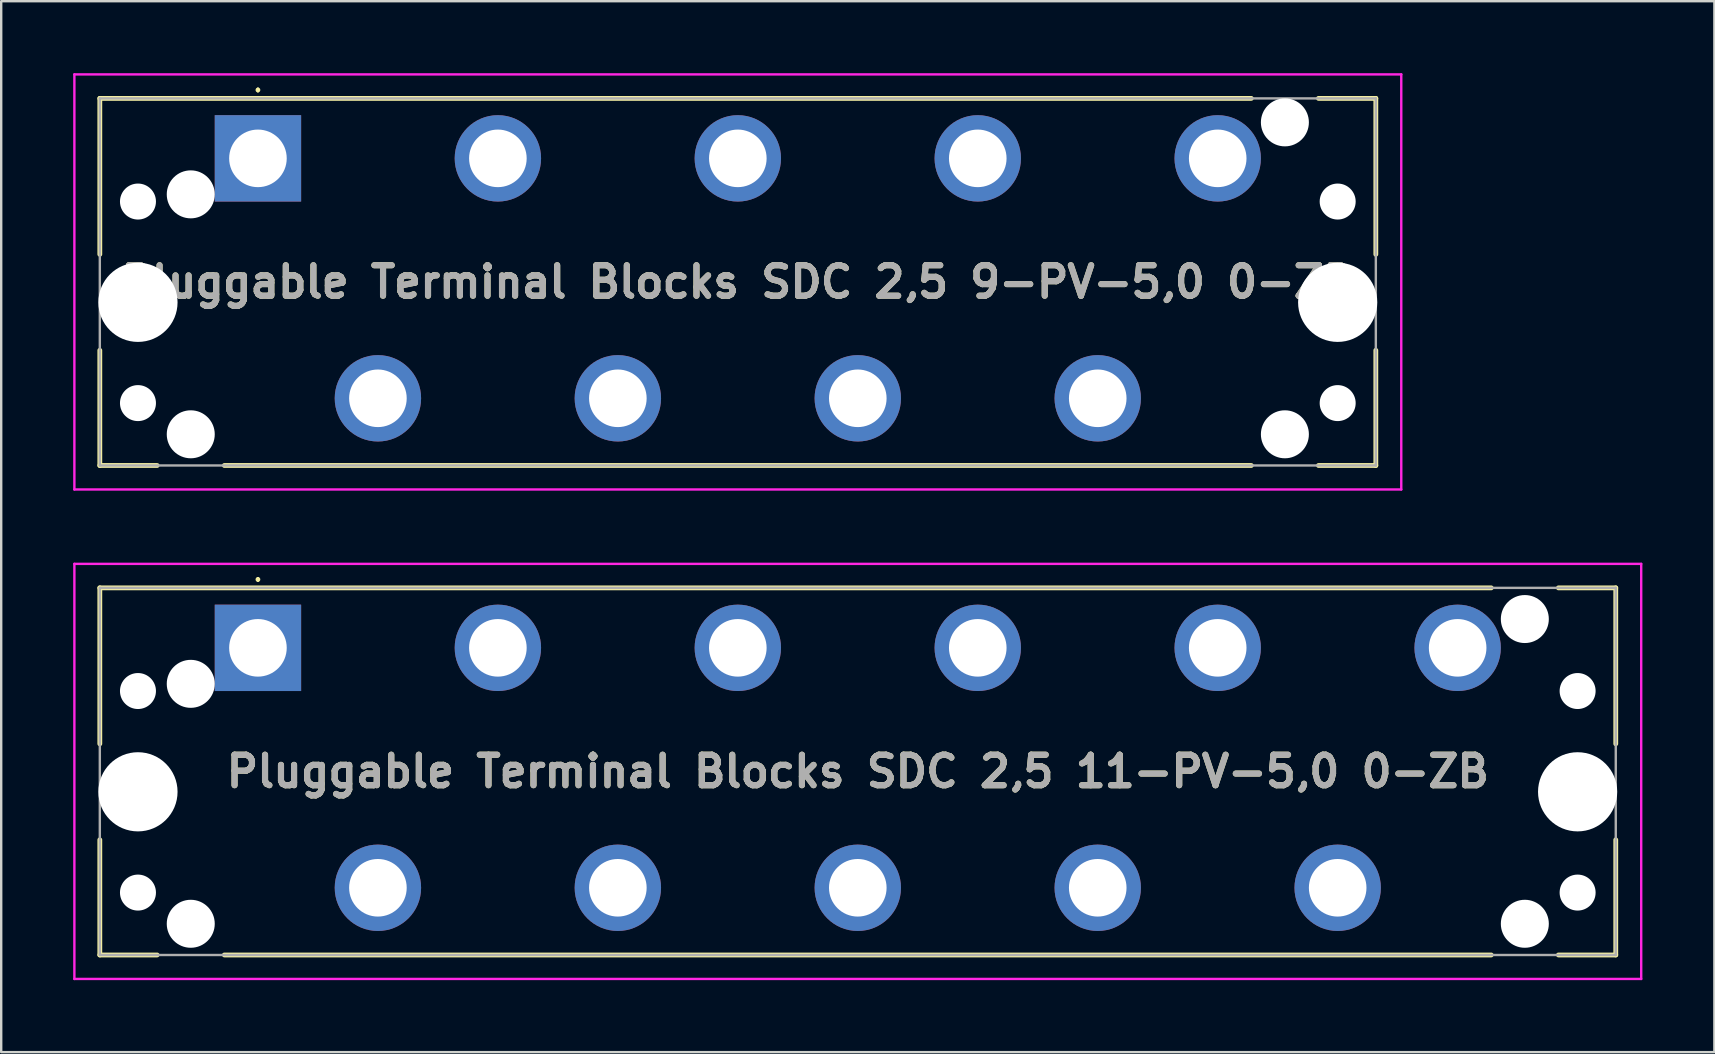
<source format=kicad_pcb>
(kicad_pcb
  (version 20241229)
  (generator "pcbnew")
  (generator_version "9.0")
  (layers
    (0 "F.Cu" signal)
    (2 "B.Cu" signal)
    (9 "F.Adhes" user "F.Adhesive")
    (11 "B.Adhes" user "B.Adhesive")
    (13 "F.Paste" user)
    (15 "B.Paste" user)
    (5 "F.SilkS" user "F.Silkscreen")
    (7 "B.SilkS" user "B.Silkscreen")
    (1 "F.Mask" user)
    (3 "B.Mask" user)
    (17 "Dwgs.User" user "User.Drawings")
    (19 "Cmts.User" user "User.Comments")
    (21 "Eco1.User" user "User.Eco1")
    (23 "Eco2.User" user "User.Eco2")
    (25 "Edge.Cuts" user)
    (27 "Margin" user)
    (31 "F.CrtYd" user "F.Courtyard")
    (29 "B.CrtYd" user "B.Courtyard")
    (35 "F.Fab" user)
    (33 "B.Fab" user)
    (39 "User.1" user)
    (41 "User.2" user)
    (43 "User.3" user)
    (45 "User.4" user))
  (footprint "Pluggable Terminal Blocks SDC 2,5 11-PV-5,0 0-ZB"
    (layer "F.Cu")
    (at 7.7 23.95)
    (property "Reference" "Pluggable Terminal Blocks SDC 2,5 11-PV-5,0 0-ZB" (at 25 5.15 0) (layer "F.SilkS") (effects (font (size 1.27 1.27) (thickness 0.254))))
    (attr through_hole)
    (fp_line (start -6.59 -2.5) (end 51.4 -2.5) (stroke (width 0.2) (type solid)) (layer "F.SilkS"))
    (fp_line (start -6.59 4) (end -6.59 -2.5) (stroke (width 0.2) (type solid)) (layer "F.SilkS"))
    (fp_line (start -6.59 12.8) (end -6.59 8) (stroke (width 0.2) (type solid)) (layer "F.SilkS"))
    (fp_line (start -4.2 12.8) (end -6.59 12.8) (stroke (width 0.2) (type solid)) (layer "F.SilkS"))
    (fp_line (start 0 -2.9) (end 0 -2.9) (stroke (width 0.1) (type solid)) (layer "F.SilkS"))
    (fp_line (start 0 -2.8) (end 0 -2.8) (stroke (width 0.1) (type solid)) (layer "F.SilkS"))
    (fp_line (start 51.4 12.8) (end -1.4 12.8) (stroke (width 0.2) (type solid)) (layer "F.SilkS"))
    (fp_line (start 54.2 -2.5) (end 56.59 -2.5) (stroke (width 0.2) (type solid)) (layer "F.SilkS"))
    (fp_line (start 56.59 -2.5) (end 56.59 4) (stroke (width 0.2) (type solid)) (layer "F.SilkS"))
    (fp_line (start 56.59 8) (end 56.59 12.8) (stroke (width 0.2) (type solid)) (layer "F.SilkS"))
    (fp_line (start 56.59 12.8) (end 54.2 12.8) (stroke (width 0.2) (type solid)) (layer "F.SilkS"))
    (fp_arc (start 0 -2.9) (mid 0.05 -2.85) (end 0 -2.8) (stroke (width 0.1) (type solid)) (layer "F.SilkS"))
    (fp_arc (start 0 -2.8) (mid -0.05 -2.85) (end 0 -2.9) (stroke (width 0.1) (type solid)) (layer "F.SilkS"))
    (fp_line (start -7.65 -3.5) (end 57.65 -3.5) (stroke (width 0.1) (type solid)) (layer "F.CrtYd"))
    (fp_line (start -7.65 13.8) (end -7.65 -3.5) (stroke (width 0.1) (type solid)) (layer "F.CrtYd"))
    (fp_line (start 57.65 -3.5) (end 57.65 13.8) (stroke (width 0.1) (type solid)) (layer "F.CrtYd"))
    (fp_line (start 57.65 13.8) (end -7.65 13.8) (stroke (width 0.1) (type solid)) (layer "F.CrtYd"))
    (fp_line (start -6.59 -2.5) (end -6.59 12.8) (stroke (width 0.1) (type solid)) (layer "F.Fab"))
    (fp_line (start -6.59 12.8) (end 56.59 12.8) (stroke (width 0.1) (type solid)) (layer "F.Fab"))
    (fp_line (start 56.59 -2.5) (end -6.59 -2.5) (stroke (width 0.1) (type solid)) (layer "F.Fab"))
    (fp_line (start 56.59 12.8) (end 56.59 -2.5) (stroke (width 0.1) (type solid)) (layer "F.Fab"))
    (fp_text user "${REFERENCE}" (at 25 5.15 0) (layer "F.Fab") (effects (font (size 1.27 1.27) (thickness 0.254))))
    (pad "" np_thru_hole circle (at -5 1.8) (size 1.5 1.5) (drill 1.5) (layers "*.Cu" "*.Mask"))
    (pad "" np_thru_hole circle (at -5 6) (size 3.3 3.3) (drill 3.3) (layers "*.Cu" "*.Mask"))
    (pad "" np_thru_hole circle (at -5 10.2) (size 1.5 1.5) (drill 1.5) (layers "*.Cu" "*.Mask"))
    (pad "" np_thru_hole circle (at -2.8 1.5) (size 2 2) (drill 2) (layers "*.Cu" "*.Mask"))
    (pad "" np_thru_hole circle (at -2.8 11.5) (size 2 2) (drill 2) (layers "*.Cu" "*.Mask"))
    (pad "" np_thru_hole circle (at 52.8 -1.2) (size 2 2) (drill 2) (layers "*.Cu" "*.Mask"))
    (pad "" np_thru_hole circle (at 52.8 11.5) (size 2 2) (drill 2) (layers "*.Cu" "*.Mask"))
    (pad "" np_thru_hole circle (at 55 1.8) (size 1.5 1.5) (drill 1.5) (layers "*.Cu" "*.Mask"))
    (pad "" np_thru_hole circle (at 55 6) (size 3.3 3.3) (drill 3.3) (layers "*.Cu" "*.Mask"))
    (pad "" np_thru_hole circle (at 55 10.2) (size 1.5 1.5) (drill 1.5) (layers "*.Cu" "*.Mask"))
    (pad "1" thru_hole rect (at 0 0) (size 3.6 3.6) (drill 2.4) (layers "*.Cu" "*.Mask"))
    (pad "2" thru_hole circle (at 5 10) (size 3.6 3.6) (drill 2.4) (layers "*.Cu" "*.Mask"))
    (pad "3" thru_hole circle (at 10 0) (size 3.6 3.6) (drill 2.4) (layers "*.Cu" "*.Mask"))
    (pad "4" thru_hole circle (at 15 10) (size 3.6 3.6) (drill 2.4) (layers "*.Cu" "*.Mask"))
    (pad "5" thru_hole circle (at 20 0) (size 3.6 3.6) (drill 2.4) (layers "*.Cu" "*.Mask"))
    (pad "6" thru_hole circle (at 25 10) (size 3.6 3.6) (drill 2.4) (layers "*.Cu" "*.Mask"))
    (pad "7" thru_hole circle (at 30 0) (size 3.6 3.6) (drill 2.4) (layers "*.Cu" "*.Mask"))
    (pad "8" thru_hole circle (at 35 10) (size 3.6 3.6) (drill 2.4) (layers "*.Cu" "*.Mask"))
    (pad "9" thru_hole circle (at 40 0) (size 3.6 3.6) (drill 2.4) (layers "*.Cu" "*.Mask"))
    (pad "10" thru_hole circle (at 45 10) (size 3.6 3.6) (drill 2.4) (layers "*.Cu" "*.Mask"))
    (pad "11" thru_hole circle (at 50 0) (size 3.6 3.6) (drill 2.4) (layers "*.Cu" "*.Mask")))
  (footprint "Pluggable Terminal Blocks SDC 2,5 9-PV-5,0 0-ZB"
    (layer "F.Cu")
    (at 7.7 3.55)
    (property "Reference" "Pluggable Terminal Blocks SDC 2,5 9-PV-5,0 0-ZB" (at 20 5.15 0) (layer "F.SilkS") (effects (font (size 1.27 1.27) (thickness 0.254))))
    (attr through_hole)
    (fp_line (start -6.59 -2.5) (end 41.4 -2.5) (stroke (width 0.2) (type solid)) (layer "F.SilkS"))
    (fp_line (start -6.59 4) (end -6.59 -2.5) (stroke (width 0.2) (type solid)) (layer "F.SilkS"))
    (fp_line (start -6.59 12.8) (end -6.59 8) (stroke (width 0.2) (type solid)) (layer "F.SilkS"))
    (fp_line (start -4.2 12.8) (end -6.59 12.8) (stroke (width 0.2) (type solid)) (layer "F.SilkS"))
    (fp_line (start 0 -2.9) (end 0 -2.9) (stroke (width 0.1) (type solid)) (layer "F.SilkS"))
    (fp_line (start 0 -2.8) (end 0 -2.8) (stroke (width 0.1) (type solid)) (layer "F.SilkS"))
    (fp_line (start 41.4 12.8) (end -1.4 12.8) (stroke (width 0.2) (type solid)) (layer "F.SilkS"))
    (fp_line (start 44.2 -2.5) (end 46.59 -2.5) (stroke (width 0.2) (type solid)) (layer "F.SilkS"))
    (fp_line (start 46.59 -2.5) (end 46.59 4) (stroke (width 0.2) (type solid)) (layer "F.SilkS"))
    (fp_line (start 46.59 8) (end 46.59 12.8) (stroke (width 0.2) (type solid)) (layer "F.SilkS"))
    (fp_line (start 46.59 12.8) (end 44.2 12.8) (stroke (width 0.2) (type solid)) (layer "F.SilkS"))
    (fp_arc (start 0 -2.9) (mid 0.05 -2.85) (end 0 -2.8) (stroke (width 0.1) (type solid)) (layer "F.SilkS"))
    (fp_arc (start 0 -2.8) (mid -0.05 -2.85) (end 0 -2.9) (stroke (width 0.1) (type solid)) (layer "F.SilkS"))
    (fp_line (start -7.65 -3.5) (end 47.65 -3.5) (stroke (width 0.1) (type solid)) (layer "F.CrtYd"))
    (fp_line (start -7.65 13.8) (end -7.65 -3.5) (stroke (width 0.1) (type solid)) (layer "F.CrtYd"))
    (fp_line (start 47.65 -3.5) (end 47.65 13.8) (stroke (width 0.1) (type solid)) (layer "F.CrtYd"))
    (fp_line (start 47.65 13.8) (end -7.65 13.8) (stroke (width 0.1) (type solid)) (layer "F.CrtYd"))
    (fp_line (start -6.59 -2.5) (end -6.59 12.8) (stroke (width 0.1) (type solid)) (layer "F.Fab"))
    (fp_line (start -6.59 12.8) (end 46.59 12.8) (stroke (width 0.1) (type solid)) (layer "F.Fab"))
    (fp_line (start 46.59 -2.5) (end -6.59 -2.5) (stroke (width 0.1) (type solid)) (layer "F.Fab"))
    (fp_line (start 46.59 12.8) (end 46.59 -2.5) (stroke (width 0.1) (type solid)) (layer "F.Fab"))
    (fp_text user "${REFERENCE}" (at 20 5.15 0) (layer "F.Fab") (effects (font (size 1.27 1.27) (thickness 0.254))))
    (pad "" np_thru_hole circle (at -5 1.8) (size 1.5 1.5) (drill 1.5) (layers "*.Cu" "*.Mask"))
    (pad "" np_thru_hole circle (at -5 6) (size 3.3 3.3) (drill 3.3) (layers "*.Cu" "*.Mask"))
    (pad "" np_thru_hole circle (at -5 10.2) (size 1.5 1.5) (drill 1.5) (layers "*.Cu" "*.Mask"))
    (pad "" np_thru_hole circle (at -2.8 1.5) (size 2 2) (drill 2) (layers "*.Cu" "*.Mask"))
    (pad "" np_thru_hole circle (at -2.8 11.5) (size 2 2) (drill 2) (layers "*.Cu" "*.Mask"))
    (pad "" np_thru_hole circle (at 42.8 -1.5) (size 2 2) (drill 2) (layers "*.Cu" "*.Mask"))
    (pad "" np_thru_hole circle (at 42.8 11.5) (size 2 2) (drill 2) (layers "*.Cu" "*.Mask"))
    (pad "" np_thru_hole circle (at 45 1.8) (size 1.5 1.5) (drill 1.5) (layers "*.Cu" "*.Mask"))
    (pad "" np_thru_hole circle (at 45 6) (size 3.3 3.3) (drill 3.3) (layers "*.Cu" "*.Mask"))
    (pad "" np_thru_hole circle (at 45 10.2) (size 1.5 1.5) (drill 1.5) (layers "*.Cu" "*.Mask"))
    (pad "1" thru_hole rect (at 0 0) (size 3.6 3.6) (drill 2.4) (layers "*.Cu" "*.Mask"))
    (pad "2" thru_hole circle (at 5 10) (size 3.6 3.6) (drill 2.4) (layers "*.Cu" "*.Mask"))
    (pad "3" thru_hole circle (at 10 0) (size 3.6 3.6) (drill 2.4) (layers "*.Cu" "*.Mask"))
    (pad "4" thru_hole circle (at 15 10) (size 3.6 3.6) (drill 2.4) (layers "*.Cu" "*.Mask"))
    (pad "5" thru_hole circle (at 20 0) (size 3.6 3.6) (drill 2.4) (layers "*.Cu" "*.Mask"))
    (pad "6" thru_hole circle (at 25 10) (size 3.6 3.6) (drill 2.4) (layers "*.Cu" "*.Mask"))
    (pad "7" thru_hole circle (at 30 0) (size 3.6 3.6) (drill 2.4) (layers "*.Cu" "*.Mask"))
    (pad "8" thru_hole circle (at 35 10) (size 3.6 3.6) (drill 2.4) (layers "*.Cu" "*.Mask"))
    (pad "9" thru_hole circle (at 40 0) (size 3.6 3.6) (drill 2.4) (layers "*.Cu" "*.Mask")))
  (gr_rect
    (start -3 -3)
    (end 68.4 40.8)
    (stroke (width 0.1) (type default))
    (fill no)
    (layer "Edge.Cuts")))
</source>
